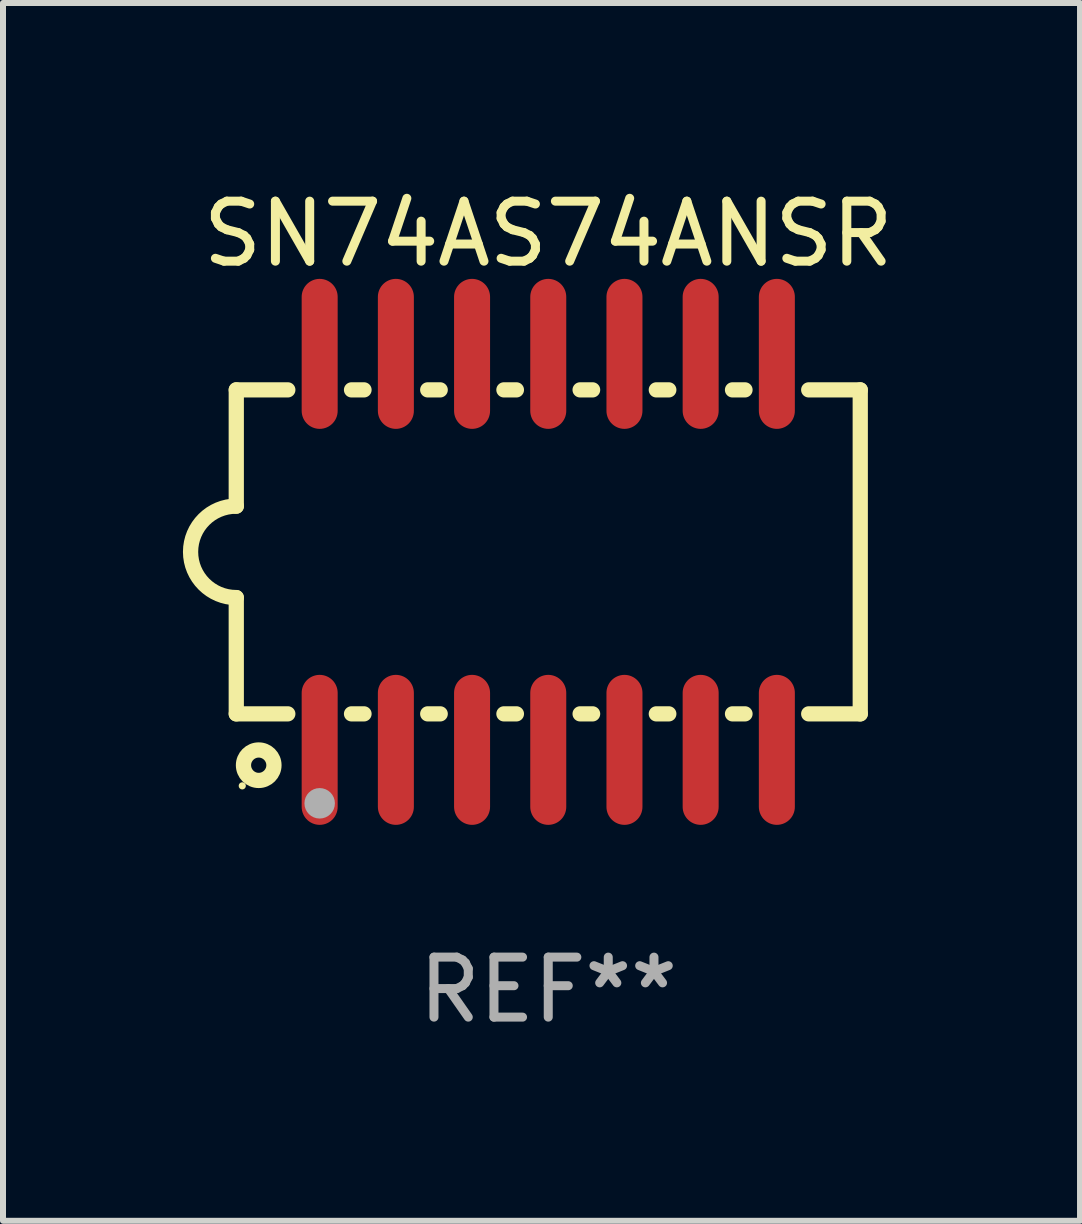
<source format=kicad_pcb>
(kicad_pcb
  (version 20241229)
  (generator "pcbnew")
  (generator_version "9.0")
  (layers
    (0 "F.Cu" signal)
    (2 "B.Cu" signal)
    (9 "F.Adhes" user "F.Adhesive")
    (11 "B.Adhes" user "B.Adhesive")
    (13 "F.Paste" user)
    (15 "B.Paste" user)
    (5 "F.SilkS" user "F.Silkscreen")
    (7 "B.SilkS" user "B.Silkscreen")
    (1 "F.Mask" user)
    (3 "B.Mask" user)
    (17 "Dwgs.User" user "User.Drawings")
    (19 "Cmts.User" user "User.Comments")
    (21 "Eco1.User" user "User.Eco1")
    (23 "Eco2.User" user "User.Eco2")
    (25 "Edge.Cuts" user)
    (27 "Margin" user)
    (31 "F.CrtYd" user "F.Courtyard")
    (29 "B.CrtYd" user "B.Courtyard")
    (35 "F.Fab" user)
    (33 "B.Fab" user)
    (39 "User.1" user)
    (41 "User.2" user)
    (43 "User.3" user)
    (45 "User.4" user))
  (footprint "SN74AS74ANSR"
    (layer "F.Cu")
    (at 6.088 6.148)
    (property "Reference" "SN74AS74ANSR" (at 0 -5.3 0) (layer "F.SilkS") (effects (font (size 1 1) (thickness 0.15))))
    (attr through_hole)
    (fp_line (start -5.2 -2.7) (end -5.2 -0.762) (stroke (width 0.254) (type solid)) (layer "F.SilkS"))
    (fp_line (start -5.2 -2.7) (end -4.341 -2.7) (stroke (width 0.254) (type solid)) (layer "F.SilkS"))
    (fp_line (start -5.2 2.7) (end -5.2 0.762) (stroke (width 0.254) (type solid)) (layer "F.SilkS"))
    (fp_line (start -4.341 2.7) (end -5.2 2.7) (stroke (width 0.254) (type solid)) (layer "F.SilkS"))
    (fp_line (start -3.279 -2.7) (end -3.071 -2.7) (stroke (width 0.254) (type solid)) (layer "F.SilkS"))
    (fp_line (start -3.071 2.7) (end -3.279 2.7) (stroke (width 0.254) (type solid)) (layer "F.SilkS"))
    (fp_line (start -2.009 -2.7) (end -1.801 -2.7) (stroke (width 0.254) (type solid)) (layer "F.SilkS"))
    (fp_line (start -1.801 2.7) (end -2.009 2.7) (stroke (width 0.254) (type solid)) (layer "F.SilkS"))
    (fp_line (start -0.739 -2.7) (end -0.531 -2.7) (stroke (width 0.254) (type solid)) (layer "F.SilkS"))
    (fp_line (start -0.531 2.7) (end -0.739 2.7) (stroke (width 0.254) (type solid)) (layer "F.SilkS"))
    (fp_line (start 0.531 -2.7) (end 0.739 -2.7) (stroke (width 0.254) (type solid)) (layer "F.SilkS"))
    (fp_line (start 0.739 2.7) (end 0.531 2.7) (stroke (width 0.254) (type solid)) (layer "F.SilkS"))
    (fp_line (start 1.801 -2.7) (end 2.009 -2.7) (stroke (width 0.254) (type solid)) (layer "F.SilkS"))
    (fp_line (start 2.009 2.7) (end 1.801 2.7) (stroke (width 0.254) (type solid)) (layer "F.SilkS"))
    (fp_line (start 3.071 -2.7) (end 3.279 -2.7) (stroke (width 0.254) (type solid)) (layer "F.SilkS"))
    (fp_line (start 3.279 2.7) (end 3.071 2.7) (stroke (width 0.254) (type solid)) (layer "F.SilkS"))
    (fp_line (start 4.341 -2.7) (end 5.2 -2.7) (stroke (width 0.254) (type solid)) (layer "F.SilkS"))
    (fp_line (start 5.2 2.7) (end 4.341 2.7) (stroke (width 0.254) (type solid)) (layer "F.SilkS"))
    (fp_line (start 5.2 2.7) (end 5.2 -2.7) (stroke (width 0.254) (type solid)) (layer "F.SilkS"))
    (fp_arc (start -5.2 0.762002) (mid -5.961393 -0.000305) (end -5.199391 -0.762002) (stroke (width 0.254001) (type solid)) (layer "F.SilkS"))
    (fp_circle (center -5.1 3.9) (end -5.07 3.9) (stroke (width 0.06) (type solid)) (fill no) (layer "F.SilkS"))
    (fp_circle (center -4.826 3.556) (end -4.572 3.556) (stroke (width 0.254) (type solid)) (fill no) (layer "F.SilkS"))
    (fp_circle (center -3.81 4.191) (end -3.683 4.191) (stroke (width 0.254) (type solid)) (fill no) (layer "F.Fab"))
    (fp_text user "REF**" (at 0 7.3 0) (layer "F.Fab") (effects (font (size 1 1) (thickness 0.15))))
    (pad "1" smd oval (at -3.81 3.3) (size 0.6 2.5) (layers "F.Cu" "F.Mask" "F.Paste"))
    (pad "2" smd oval (at -2.54 3.3) (size 0.6 2.5) (layers "F.Cu" "F.Mask" "F.Paste"))
    (pad "3" smd oval (at -1.27 3.3) (size 0.6 2.5) (layers "F.Cu" "F.Mask" "F.Paste"))
    (pad "4" smd oval (at 0 3.3) (size 0.6 2.5) (layers "F.Cu" "F.Mask" "F.Paste"))
    (pad "5" smd oval (at 1.27 3.3) (size 0.6 2.5) (layers "F.Cu" "F.Mask" "F.Paste"))
    (pad "6" smd oval (at 2.54 3.3) (size 0.6 2.5) (layers "F.Cu" "F.Mask" "F.Paste"))
    (pad "7" smd oval (at 3.81 3.3) (size 0.6 2.5) (layers "F.Cu" "F.Mask" "F.Paste"))
    (pad "8" smd oval (at 3.81 -3.3) (size 0.6 2.5) (layers "F.Cu" "F.Mask" "F.Paste"))
    (pad "9" smd oval (at 2.54 -3.3) (size 0.6 2.5) (layers "F.Cu" "F.Mask" "F.Paste"))
    (pad "10" smd oval (at 1.27 -3.3) (size 0.6 2.5) (layers "F.Cu" "F.Mask" "F.Paste"))
    (pad "11" smd oval (at 0 -3.3) (size 0.6 2.5) (layers "F.Cu" "F.Mask" "F.Paste"))
    (pad "12" smd oval (at -1.27 -3.3) (size 0.6 2.5) (layers "F.Cu" "F.Mask" "F.Paste"))
    (pad "13" smd oval (at -2.54 -3.3) (size 0.6 2.5) (layers "F.Cu" "F.Mask" "F.Paste"))
    (pad "14" smd oval (at -3.81 -3.3) (size 0.6 2.5) (layers "F.Cu" "F.Mask" "F.Paste")))
  (gr_rect
    (start -3 -3)
    (end 14.951 17.297)
    (stroke (width 0.1) (type default))
    (fill no)
    (layer "Edge.Cuts")))
</source>
